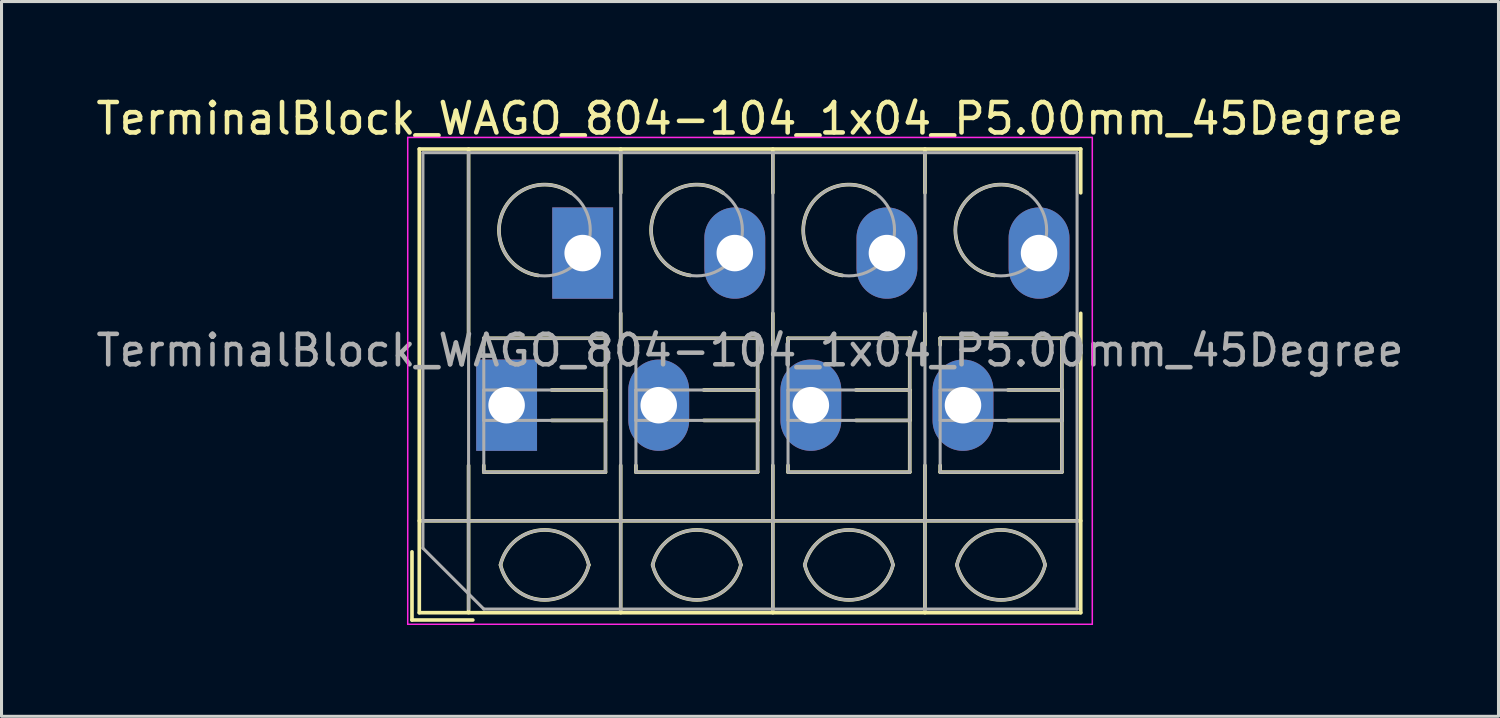
<source format=kicad_pcb>
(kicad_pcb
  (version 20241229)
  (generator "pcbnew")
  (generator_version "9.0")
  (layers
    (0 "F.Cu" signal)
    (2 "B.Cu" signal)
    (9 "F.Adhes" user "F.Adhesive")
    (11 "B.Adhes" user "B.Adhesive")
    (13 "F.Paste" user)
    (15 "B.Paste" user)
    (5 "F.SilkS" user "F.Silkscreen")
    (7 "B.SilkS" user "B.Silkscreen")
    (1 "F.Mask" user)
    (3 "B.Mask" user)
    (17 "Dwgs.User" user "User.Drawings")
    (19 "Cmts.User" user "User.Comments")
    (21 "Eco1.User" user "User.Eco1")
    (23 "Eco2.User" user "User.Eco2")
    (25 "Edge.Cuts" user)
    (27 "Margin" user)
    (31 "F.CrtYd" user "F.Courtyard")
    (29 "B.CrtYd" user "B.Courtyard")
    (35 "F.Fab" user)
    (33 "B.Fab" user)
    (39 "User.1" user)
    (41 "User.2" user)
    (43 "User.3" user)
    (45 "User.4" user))
  (footprint "TerminalBlock_WAGO_804-104_1x04_P5.00mm_45Degree"
    (layer "F.Cu")
    (at 13.601 10.268)
    (property "Reference" "TerminalBlock_WAGO_804-104_1x04_P5.00mm_45Degree" (at 8 -9.42 0) (layer "F.SilkS") (effects (font (size 1 1) (thickness 0.15))))
    (attr through_hole)
    (fp_line (start -3.11 4.82) (end -3.11 7.06) (stroke (width 0.12) (type solid)) (layer "F.SilkS"))
    (fp_line (start -3.11 7.06) (end -1.11 7.06) (stroke (width 0.12) (type solid)) (layer "F.SilkS"))
    (fp_line (start -2.87 -8.42) (end -2.87 6.82) (stroke (width 0.12) (type solid)) (layer "F.SilkS"))
    (fp_line (start -2.87 -8.42) (end 18.87 -8.42) (stroke (width 0.12) (type solid)) (layer "F.SilkS"))
    (fp_line (start -2.87 3.8) (end 18.87 3.8) (stroke (width 0.12) (type solid)) (layer "F.SilkS"))
    (fp_line (start -2.87 6.82) (end 18.87 6.82) (stroke (width 0.12) (type solid)) (layer "F.SilkS"))
    (fp_line (start -1.25 -8.42) (end -1.25 -1.98) (stroke (width 0.12) (type solid)) (layer "F.SilkS"))
    (fp_line (start -1.25 1.98) (end -1.25 6.82) (stroke (width 0.12) (type solid)) (layer "F.SilkS"))
    (fp_line (start -0.75 -2.2) (end -0.75 -1.98) (stroke (width 0.12) (type solid)) (layer "F.SilkS"))
    (fp_line (start -0.75 -2.2) (end 3.25 -2.2) (stroke (width 0.12) (type solid)) (layer "F.SilkS"))
    (fp_line (start -0.75 1.98) (end -0.75 2.2) (stroke (width 0.12) (type solid)) (layer "F.SilkS"))
    (fp_line (start -0.75 2.2) (end 3.25 2.2) (stroke (width 0.12) (type solid)) (layer "F.SilkS"))
    (fp_line (start 1.48 -0.5) (end 3.25 -0.5) (stroke (width 0.12) (type solid)) (layer "F.SilkS"))
    (fp_line (start 1.48 0.5) (end 3.25 0.5) (stroke (width 0.12) (type solid)) (layer "F.SilkS"))
    (fp_line (start 3.25 -2.2) (end 3.25 2.2) (stroke (width 0.12) (type solid)) (layer "F.SilkS"))
    (fp_line (start 3.25 -0.5) (end 3.25 0.5) (stroke (width 0.12) (type solid)) (layer "F.SilkS"))
    (fp_line (start 3.75 -8.42) (end 3.75 -6.98) (stroke (width 0.12) (type solid)) (layer "F.SilkS"))
    (fp_line (start 3.75 -3.02) (end 3.75 -1.98) (stroke (width 0.12) (type solid)) (layer "F.SilkS"))
    (fp_line (start 3.75 1.98) (end 3.75 6.82) (stroke (width 0.12) (type solid)) (layer "F.SilkS"))
    (fp_line (start 4.25 -2.2) (end 4.25 -1.98) (stroke (width 0.12) (type solid)) (layer "F.SilkS"))
    (fp_line (start 4.25 -2.2) (end 8.25 -2.2) (stroke (width 0.12) (type solid)) (layer "F.SilkS"))
    (fp_line (start 4.25 1.98) (end 4.25 2.2) (stroke (width 0.12) (type solid)) (layer "F.SilkS"))
    (fp_line (start 4.25 2.2) (end 8.25 2.2) (stroke (width 0.12) (type solid)) (layer "F.SilkS"))
    (fp_line (start 6.48 -0.5) (end 8.25 -0.5) (stroke (width 0.12) (type solid)) (layer "F.SilkS"))
    (fp_line (start 6.48 0.5) (end 8.25 0.5) (stroke (width 0.12) (type solid)) (layer "F.SilkS"))
    (fp_line (start 8.25 -2.2) (end 8.25 2.2) (stroke (width 0.12) (type solid)) (layer "F.SilkS"))
    (fp_line (start 8.25 -0.5) (end 8.25 0.5) (stroke (width 0.12) (type solid)) (layer "F.SilkS"))
    (fp_line (start 8.75 -8.42) (end 8.75 -6.98) (stroke (width 0.12) (type solid)) (layer "F.SilkS"))
    (fp_line (start 8.75 -3.02) (end 8.75 -1.98) (stroke (width 0.12) (type solid)) (layer "F.SilkS"))
    (fp_line (start 8.75 1.98) (end 8.75 6.82) (stroke (width 0.12) (type solid)) (layer "F.SilkS"))
    (fp_line (start 9.25 -2.2) (end 9.25 -1.98) (stroke (width 0.12) (type solid)) (layer "F.SilkS"))
    (fp_line (start 9.25 -2.2) (end 13.25 -2.2) (stroke (width 0.12) (type solid)) (layer "F.SilkS"))
    (fp_line (start 9.25 1.98) (end 9.25 2.2) (stroke (width 0.12) (type solid)) (layer "F.SilkS"))
    (fp_line (start 9.25 2.2) (end 13.25 2.2) (stroke (width 0.12) (type solid)) (layer "F.SilkS"))
    (fp_line (start 11.48 -0.5) (end 13.25 -0.5) (stroke (width 0.12) (type solid)) (layer "F.SilkS"))
    (fp_line (start 11.48 0.5) (end 13.25 0.5) (stroke (width 0.12) (type solid)) (layer "F.SilkS"))
    (fp_line (start 13.25 -2.2) (end 13.25 2.2) (stroke (width 0.12) (type solid)) (layer "F.SilkS"))
    (fp_line (start 13.25 -0.5) (end 13.25 0.5) (stroke (width 0.12) (type solid)) (layer "F.SilkS"))
    (fp_line (start 13.75 -8.42) (end 13.75 -6.98) (stroke (width 0.12) (type solid)) (layer "F.SilkS"))
    (fp_line (start 13.75 -3.02) (end 13.75 -1.98) (stroke (width 0.12) (type solid)) (layer "F.SilkS"))
    (fp_line (start 13.75 1.98) (end 13.75 6.82) (stroke (width 0.12) (type solid)) (layer "F.SilkS"))
    (fp_line (start 14.25 -2.2) (end 14.25 -1.98) (stroke (width 0.12) (type solid)) (layer "F.SilkS"))
    (fp_line (start 14.25 -2.2) (end 18.25 -2.2) (stroke (width 0.12) (type solid)) (layer "F.SilkS"))
    (fp_line (start 14.25 1.98) (end 14.25 2.2) (stroke (width 0.12) (type solid)) (layer "F.SilkS"))
    (fp_line (start 14.25 2.2) (end 18.25 2.2) (stroke (width 0.12) (type solid)) (layer "F.SilkS"))
    (fp_line (start 16.48 -0.5) (end 18.25 -0.5) (stroke (width 0.12) (type solid)) (layer "F.SilkS"))
    (fp_line (start 16.48 0.5) (end 18.25 0.5) (stroke (width 0.12) (type solid)) (layer "F.SilkS"))
    (fp_line (start 18.25 -2.2) (end 18.25 2.2) (stroke (width 0.12) (type solid)) (layer "F.SilkS"))
    (fp_line (start 18.25 -0.5) (end 18.25 0.5) (stroke (width 0.12) (type solid)) (layer "F.SilkS"))
    (fp_line (start 18.87 -8.42) (end 18.87 -6.98) (stroke (width 0.12) (type solid)) (layer "F.SilkS"))
    (fp_line (start 18.87 -3.02) (end 18.87 6.82) (stroke (width 0.12) (type solid)) (layer "F.SilkS"))
    (fp_arc (start -0.200865 5.250424) (mid 1.250296 4.099926) (end 2.701 5.251) (stroke (width 0.12) (type solid)) (layer "F.SilkS"))
    (fp_arc (start 1.040798 -4.264067) (mid -0.146039 -6.300306) (end 2.111 -6.979) (stroke (width 0.12) (type solid)) (layer "F.SilkS"))
    (fp_arc (start 2.7 5.25) (mid 1.250068 6.400101) (end -0.199969 5.250133) (stroke (width 0.12) (type solid)) (layer "F.SilkS"))
    (fp_arc (start 4.799135 5.250424) (mid 6.250296 4.099926) (end 7.701 5.251) (stroke (width 0.12) (type solid)) (layer "F.SilkS"))
    (fp_arc (start 6.040798 -4.264067) (mid 4.853961 -6.300306) (end 7.111 -6.979) (stroke (width 0.12) (type solid)) (layer "F.SilkS"))
    (fp_arc (start 7.7 5.25) (mid 6.250068 6.400101) (end 4.800031 5.250133) (stroke (width 0.12) (type solid)) (layer "F.SilkS"))
    (fp_arc (start 9.799135 5.250424) (mid 11.250296 4.099926) (end 12.701 5.251) (stroke (width 0.12) (type solid)) (layer "F.SilkS"))
    (fp_arc (start 11.040798 -4.264067) (mid 9.853961 -6.300306) (end 12.111 -6.979) (stroke (width 0.12) (type solid)) (layer "F.SilkS"))
    (fp_arc (start 12.7 5.25) (mid 11.250068 6.400101) (end 9.800031 5.250133) (stroke (width 0.12) (type solid)) (layer "F.SilkS"))
    (fp_arc (start 14.799135 5.250424) (mid 16.250296 4.099926) (end 17.701 5.251) (stroke (width 0.12) (type solid)) (layer "F.SilkS"))
    (fp_arc (start 16.040798 -4.264067) (mid 14.853961 -6.300306) (end 17.111 -6.979) (stroke (width 0.12) (type solid)) (layer "F.SilkS"))
    (fp_arc (start 17.7 5.25) (mid 16.250068 6.400101) (end 14.800031 5.250133) (stroke (width 0.12) (type solid)) (layer "F.SilkS"))
    (fp_line (start -3.25 -8.8) (end -3.25 7.2) (stroke (width 0.05) (type solid)) (layer "F.CrtYd"))
    (fp_line (start -3.25 7.2) (end 19.25 7.2) (stroke (width 0.05) (type solid)) (layer "F.CrtYd"))
    (fp_line (start 19.25 -8.8) (end -3.25 -8.8) (stroke (width 0.05) (type solid)) (layer "F.CrtYd"))
    (fp_line (start 19.25 7.2) (end 19.25 -8.8) (stroke (width 0.05) (type solid)) (layer "F.CrtYd"))
    (fp_line (start -2.75 -8.3) (end 18.75 -8.3) (stroke (width 0.1) (type solid)) (layer "F.Fab"))
    (fp_line (start -2.75 3.8) (end 18.75 3.8) (stroke (width 0.1) (type solid)) (layer "F.Fab"))
    (fp_line (start -2.75 4.7) (end -2.75 -8.3) (stroke (width 0.1) (type solid)) (layer "F.Fab"))
    (fp_line (start -1.25 -8.3) (end -1.25 6.7) (stroke (width 0.1) (type solid)) (layer "F.Fab"))
    (fp_line (start -0.75 -2.2) (end -0.75 2.2) (stroke (width 0.1) (type solid)) (layer "F.Fab"))
    (fp_line (start -0.75 -0.5) (end -0.75 0.5) (stroke (width 0.1) (type solid)) (layer "F.Fab"))
    (fp_line (start -0.75 0.5) (end 3.25 0.5) (stroke (width 0.1) (type solid)) (layer "F.Fab"))
    (fp_line (start -0.75 2.2) (end 3.25 2.2) (stroke (width 0.1) (type solid)) (layer "F.Fab"))
    (fp_line (start -0.75 6.7) (end -2.75 4.7) (stroke (width 0.1) (type solid)) (layer "F.Fab"))
    (fp_line (start 3.25 -2.2) (end -0.75 -2.2) (stroke (width 0.1) (type solid)) (layer "F.Fab"))
    (fp_line (start 3.25 -0.5) (end -0.75 -0.5) (stroke (width 0.1) (type solid)) (layer "F.Fab"))
    (fp_line (start 3.25 0.5) (end 3.25 -0.5) (stroke (width 0.1) (type solid)) (layer "F.Fab"))
    (fp_line (start 3.25 2.2) (end 3.25 -2.2) (stroke (width 0.1) (type solid)) (layer "F.Fab"))
    (fp_line (start 3.75 -8.3) (end 3.75 6.7) (stroke (width 0.1) (type solid)) (layer "F.Fab"))
    (fp_line (start 4.25 -2.2) (end 4.25 2.2) (stroke (width 0.1) (type solid)) (layer "F.Fab"))
    (fp_line (start 4.25 -0.5) (end 4.25 0.5) (stroke (width 0.1) (type solid)) (layer "F.Fab"))
    (fp_line (start 4.25 0.5) (end 8.25 0.5) (stroke (width 0.1) (type solid)) (layer "F.Fab"))
    (fp_line (start 4.25 2.2) (end 8.25 2.2) (stroke (width 0.1) (type solid)) (layer "F.Fab"))
    (fp_line (start 8.25 -2.2) (end 4.25 -2.2) (stroke (width 0.1) (type solid)) (layer "F.Fab"))
    (fp_line (start 8.25 -0.5) (end 4.25 -0.5) (stroke (width 0.1) (type solid)) (layer "F.Fab"))
    (fp_line (start 8.25 0.5) (end 8.25 -0.5) (stroke (width 0.1) (type solid)) (layer "F.Fab"))
    (fp_line (start 8.25 2.2) (end 8.25 -2.2) (stroke (width 0.1) (type solid)) (layer "F.Fab"))
    (fp_line (start 8.75 -8.3) (end 8.75 6.7) (stroke (width 0.1) (type solid)) (layer "F.Fab"))
    (fp_line (start 9.25 -2.2) (end 9.25 2.2) (stroke (width 0.1) (type solid)) (layer "F.Fab"))
    (fp_line (start 9.25 -0.5) (end 9.25 0.5) (stroke (width 0.1) (type solid)) (layer "F.Fab"))
    (fp_line (start 9.25 0.5) (end 13.25 0.5) (stroke (width 0.1) (type solid)) (layer "F.Fab"))
    (fp_line (start 9.25 2.2) (end 13.25 2.2) (stroke (width 0.1) (type solid)) (layer "F.Fab"))
    (fp_line (start 13.25 -2.2) (end 9.25 -2.2) (stroke (width 0.1) (type solid)) (layer "F.Fab"))
    (fp_line (start 13.25 -0.5) (end 9.25 -0.5) (stroke (width 0.1) (type solid)) (layer "F.Fab"))
    (fp_line (start 13.25 0.5) (end 13.25 -0.5) (stroke (width 0.1) (type solid)) (layer "F.Fab"))
    (fp_line (start 13.25 2.2) (end 13.25 -2.2) (stroke (width 0.1) (type solid)) (layer "F.Fab"))
    (fp_line (start 13.75 -8.3) (end 13.75 6.7) (stroke (width 0.1) (type solid)) (layer "F.Fab"))
    (fp_line (start 14.25 -2.2) (end 14.25 2.2) (stroke (width 0.1) (type solid)) (layer "F.Fab"))
    (fp_line (start 14.25 -0.5) (end 14.25 0.5) (stroke (width 0.1) (type solid)) (layer "F.Fab"))
    (fp_line (start 14.25 0.5) (end 18.25 0.5) (stroke (width 0.1) (type solid)) (layer "F.Fab"))
    (fp_line (start 14.25 2.2) (end 18.25 2.2) (stroke (width 0.1) (type solid)) (layer "F.Fab"))
    (fp_line (start 18.25 -2.2) (end 14.25 -2.2) (stroke (width 0.1) (type solid)) (layer "F.Fab"))
    (fp_line (start 18.25 -0.5) (end 14.25 -0.5) (stroke (width 0.1) (type solid)) (layer "F.Fab"))
    (fp_line (start 18.25 0.5) (end 18.25 -0.5) (stroke (width 0.1) (type solid)) (layer "F.Fab"))
    (fp_line (start 18.25 2.2) (end 18.25 -2.2) (stroke (width 0.1) (type solid)) (layer "F.Fab"))
    (fp_line (start 18.75 -8.3) (end 18.75 6.7) (stroke (width 0.1) (type solid)) (layer "F.Fab"))
    (fp_line (start 18.75 6.7) (end -0.75 6.7) (stroke (width 0.1) (type solid)) (layer "F.Fab"))
    (fp_arc (start -0.200865 5.250424) (mid 1.250296 4.099926) (end 2.701 5.251) (stroke (width 0.1) (type solid)) (layer "F.Fab"))
    (fp_arc (start 2.7 5.25) (mid 1.250068 6.400101) (end -0.199969 5.250133) (stroke (width 0.1) (type solid)) (layer "F.Fab"))
    (fp_arc (start 4.799135 5.250424) (mid 6.250296 4.099926) (end 7.701 5.251) (stroke (width 0.1) (type solid)) (layer "F.Fab"))
    (fp_arc (start 7.7 5.25) (mid 6.250068 6.400101) (end 4.800031 5.250133) (stroke (width 0.1) (type solid)) (layer "F.Fab"))
    (fp_arc (start 9.799135 5.250424) (mid 11.250296 4.099926) (end 12.701 5.251) (stroke (width 0.1) (type solid)) (layer "F.Fab"))
    (fp_arc (start 12.7 5.25) (mid 11.250068 6.400101) (end 9.800031 5.250133) (stroke (width 0.1) (type solid)) (layer "F.Fab"))
    (fp_arc (start 14.799135 5.250424) (mid 16.250296 4.099926) (end 17.701 5.251) (stroke (width 0.1) (type solid)) (layer "F.Fab"))
    (fp_arc (start 17.7 5.25) (mid 16.250068 6.400101) (end 14.800031 5.250133) (stroke (width 0.1) (type solid)) (layer "F.Fab"))
    (fp_circle (center 1.25 -5.75) (end 2.75 -5.75) (stroke (width 0.1) (type solid)) (fill no) (layer "F.Fab"))
    (fp_circle (center 6.25 -5.75) (end 7.75 -5.75) (stroke (width 0.1) (type solid)) (fill no) (layer "F.Fab"))
    (fp_circle (center 11.25 -5.75) (end 12.75 -5.75) (stroke (width 0.1) (type solid)) (fill no) (layer "F.Fab"))
    (fp_circle (center 16.25 -5.75) (end 17.75 -5.75) (stroke (width 0.1) (type solid)) (fill no) (layer "F.Fab"))
    (fp_text user "${REFERENCE}" (at 8 -1.8 0) (layer "F.Fab") (effects (font (size 1 1) (thickness 0.15))))
    (pad "1" thru_hole rect (at 0 0) (size 2 3) (drill 1.2) (layers "*.Cu" "*.Mask"))
    (pad "1" thru_hole rect (at 2.5 -5) (size 2 3) (drill 1.2) (layers "*.Cu" "*.Mask"))
    (pad "2" thru_hole oval (at 5 0) (size 2 3) (drill 1.2) (layers "*.Cu" "*.Mask"))
    (pad "2" thru_hole oval (at 7.5 -5) (size 2 3) (drill 1.2) (layers "*.Cu" "*.Mask"))
    (pad "3" thru_hole oval (at 10 0) (size 2 3) (drill 1.2) (layers "*.Cu" "*.Mask"))
    (pad "3" thru_hole oval (at 12.5 -5) (size 2 3) (drill 1.2) (layers "*.Cu" "*.Mask"))
    (pad "4" thru_hole oval (at 15 0) (size 2 3) (drill 1.2) (layers "*.Cu" "*.Mask"))
    (pad "4" thru_hole oval (at 17.5 -5) (size 2 3) (drill 1.2) (layers "*.Cu" "*.Mask")))
  (gr_rect
    (start -3 -3)
    (end 46.202 20.493)
    (stroke (width 0.1) (type default))
    (fill no)
    (layer "Edge.Cuts")))
</source>
